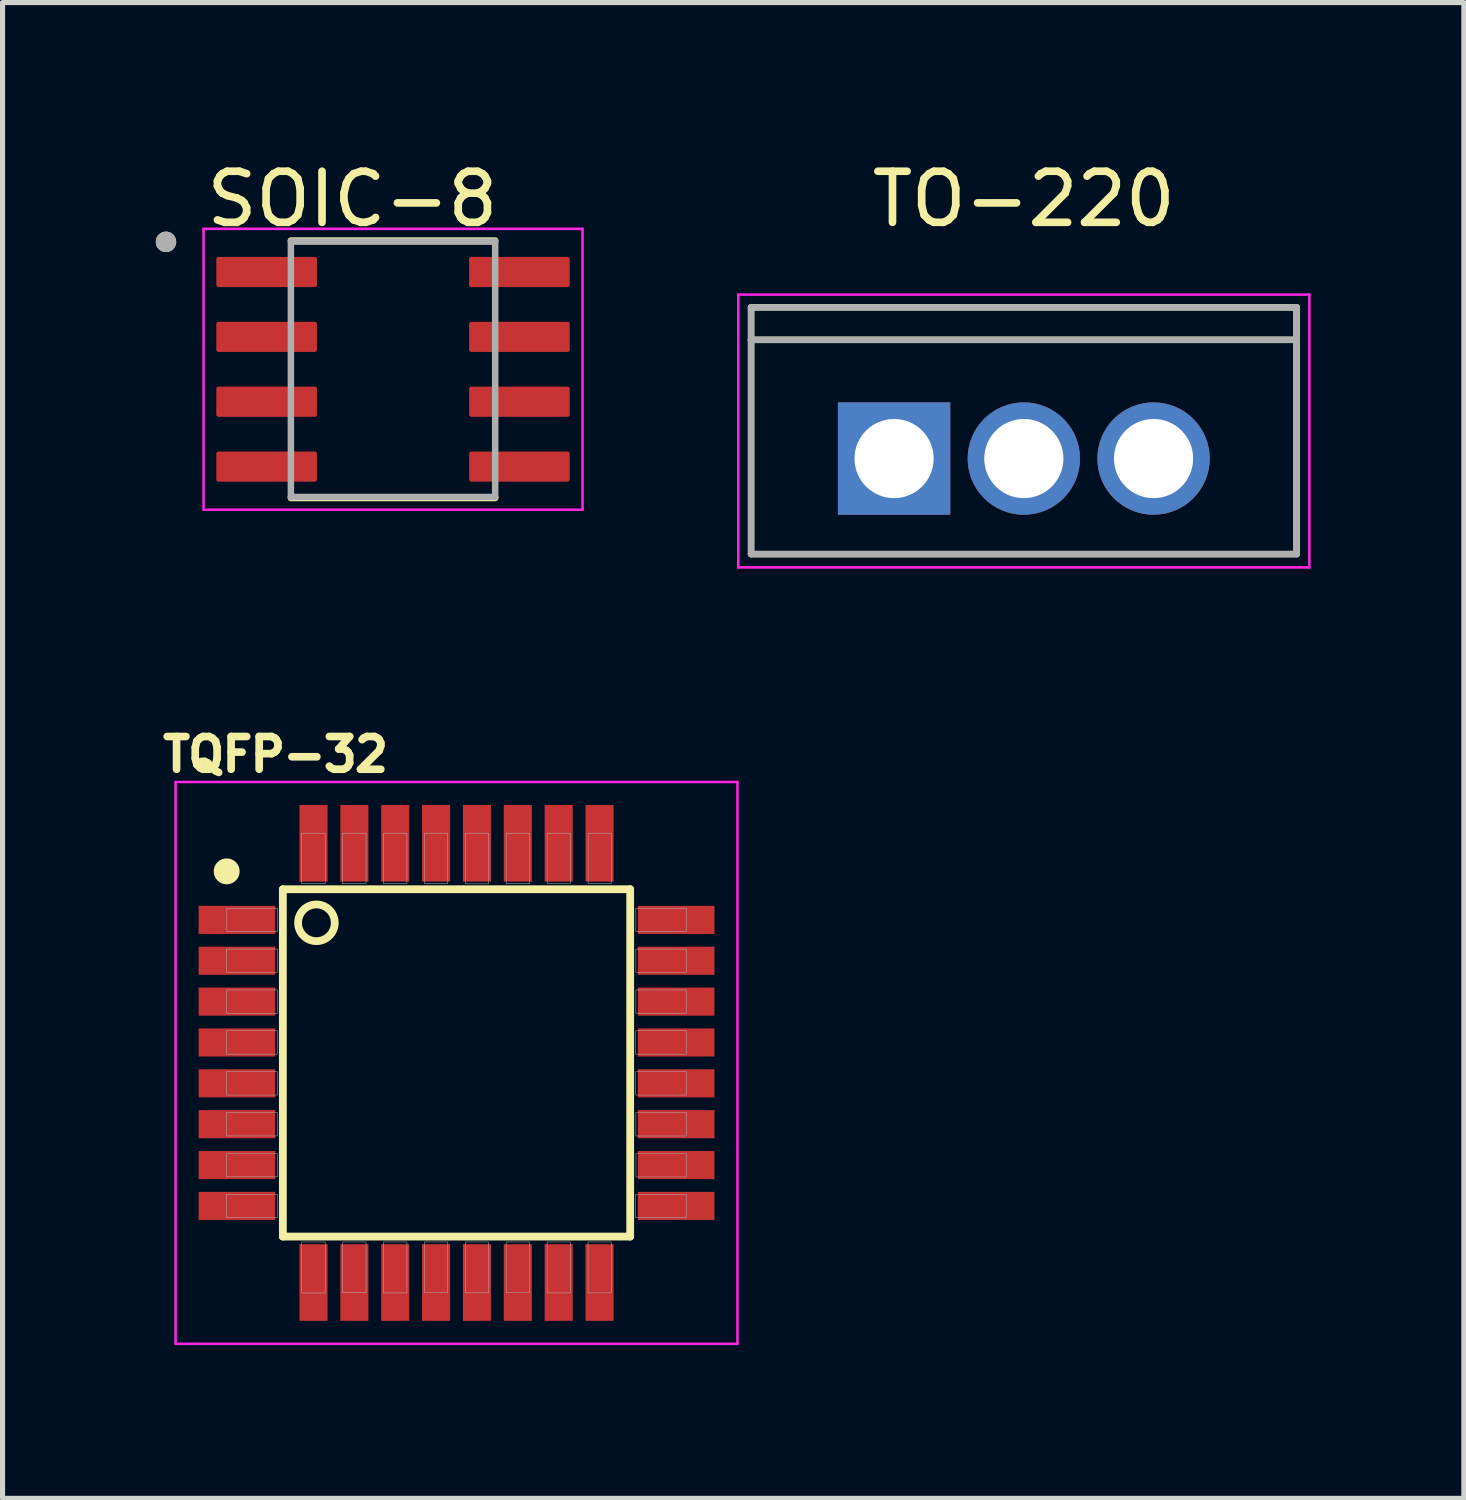
<source format=kicad_pcb>
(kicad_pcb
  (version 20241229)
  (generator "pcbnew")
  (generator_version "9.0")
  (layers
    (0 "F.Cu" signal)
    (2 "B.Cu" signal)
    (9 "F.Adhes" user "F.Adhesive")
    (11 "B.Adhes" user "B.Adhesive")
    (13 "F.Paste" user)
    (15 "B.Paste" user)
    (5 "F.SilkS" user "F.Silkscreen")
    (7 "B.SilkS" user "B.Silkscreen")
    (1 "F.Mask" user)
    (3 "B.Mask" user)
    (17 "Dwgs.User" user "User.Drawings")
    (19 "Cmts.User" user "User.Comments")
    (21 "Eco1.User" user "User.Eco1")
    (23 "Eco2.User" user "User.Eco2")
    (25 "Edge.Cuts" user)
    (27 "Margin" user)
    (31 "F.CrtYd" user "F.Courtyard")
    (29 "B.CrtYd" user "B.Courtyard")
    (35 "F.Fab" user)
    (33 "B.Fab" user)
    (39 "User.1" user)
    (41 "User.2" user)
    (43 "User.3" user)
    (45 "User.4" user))
  (footprint "SOIC-8"
    (layer "F.Cu")
    (at 4.645 4.18)
    (property "Reference" "SOIC-8" (at -0.795 -3.332 0) (layer "F.SilkS") (effects (font (size 1 1) (thickness 0.15))))
    (attr through_hole)
    (fp_line (start -2 -2.52) (end 2 -2.52) (stroke (width 0.127) (type solid)) (layer "F.SilkS"))
    (fp_line (start -2 2.52) (end 2 2.52) (stroke (width 0.127) (type solid)) (layer "F.SilkS"))
    (fp_circle (center -4.445 -2.495) (end -4.345 -2.495) (stroke (width 0.2) (type solid)) (fill no) (layer "F.SilkS"))
    (fp_line (start -3.71 -2.75) (end -3.71 2.75) (stroke (width 0.05) (type solid)) (layer "F.CrtYd"))
    (fp_line (start -3.71 -2.75) (end 3.71 -2.75) (stroke (width 0.05) (type solid)) (layer "F.CrtYd"))
    (fp_line (start -3.71 2.75) (end 3.71 2.75) (stroke (width 0.05) (type solid)) (layer "F.CrtYd"))
    (fp_line (start 3.71 -2.75) (end 3.71 2.75) (stroke (width 0.05) (type solid)) (layer "F.CrtYd"))
    (fp_line (start -2 -2.5) (end -2 2.5) (stroke (width 0.127) (type solid)) (layer "F.Fab"))
    (fp_line (start -2 -2.5) (end 2 -2.5) (stroke (width 0.127) (type solid)) (layer "F.Fab"))
    (fp_line (start -2 2.5) (end 2 2.5) (stroke (width 0.127) (type solid)) (layer "F.Fab"))
    (fp_line (start 2 -2.5) (end 2 2.5) (stroke (width 0.127) (type solid)) (layer "F.Fab"))
    (fp_circle (center -4.445 -2.495) (end -4.345 -2.495) (stroke (width 0.2) (type solid)) (fill no) (layer "F.Fab"))
    (pad "1" smd roundrect (at -2.475 -1.905) (size 1.97 0.59) (layers "F.Cu" "F.Mask" "F.Paste") (roundrect_rratio 0.07))
    (pad "2" smd roundrect (at -2.475 -0.635) (size 1.97 0.59) (layers "F.Cu" "F.Mask" "F.Paste") (roundrect_rratio 0.07))
    (pad "3" smd roundrect (at -2.475 0.635) (size 1.97 0.59) (layers "F.Cu" "F.Mask" "F.Paste") (roundrect_rratio 0.07))
    (pad "4" smd roundrect (at -2.475 1.905) (size 1.97 0.59) (layers "F.Cu" "F.Mask" "F.Paste") (roundrect_rratio 0.07))
    (pad "5" smd roundrect (at 2.475 1.905) (size 1.97 0.59) (layers "F.Cu" "F.Mask" "F.Paste") (roundrect_rratio 0.07))
    (pad "6" smd roundrect (at 2.475 0.635) (size 1.97 0.59) (layers "F.Cu" "F.Mask" "F.Paste") (roundrect_rratio 0.07))
    (pad "7" smd roundrect (at 2.475 -0.635) (size 1.97 0.59) (layers "F.Cu" "F.Mask" "F.Paste") (roundrect_rratio 0.07))
    (pad "8" smd roundrect (at 2.475 -1.905) (size 1.97 0.59) (layers "F.Cu" "F.Mask" "F.Paste") (roundrect_rratio 0.07)))
  (footprint "TO-220"
    (layer "F.Cu")
    (at 16.995 5.928)
    (property "Reference" "TO-220" (at 0 -5.08 0) (layer "F.SilkS") (effects (font (size 1 1) (thickness 0.15))))
    (attr through_hole)
    (fp_line (start -5.34 -2.96) (end 5.34 -2.96) (stroke (width 0.127) (type solid)) (layer "F.SilkS"))
    (fp_line (start -5.34 -2.325) (end -5.34 -2.96) (stroke (width 0.127) (type solid)) (layer "F.SilkS"))
    (fp_line (start -5.34 -2.325) (end 5.34 -2.325) (stroke (width 0.127) (type solid)) (layer "F.SilkS"))
    (fp_line (start -5.34 1.87) (end -5.34 -2.325) (stroke (width 0.127) (type solid)) (layer "F.SilkS"))
    (fp_line (start 5.34 -2.96) (end 5.34 -2.325) (stroke (width 0.127) (type solid)) (layer "F.SilkS"))
    (fp_line (start 5.34 -2.325) (end 5.34 1.87) (stroke (width 0.127) (type solid)) (layer "F.SilkS"))
    (fp_line (start 5.34 1.87) (end -5.34 1.87) (stroke (width 0.127) (type solid)) (layer "F.SilkS"))
    (fp_line (start -5.59 -3.21) (end 5.59 -3.21) (stroke (width 0.05) (type solid)) (layer "F.CrtYd"))
    (fp_line (start -5.59 2.13) (end -5.59 -3.21) (stroke (width 0.05) (type solid)) (layer "F.CrtYd"))
    (fp_line (start 5.59 -3.21) (end 5.59 2.13) (stroke (width 0.05) (type solid)) (layer "F.CrtYd"))
    (fp_line (start 5.59 2.13) (end -5.59 2.13) (stroke (width 0.05) (type solid)) (layer "F.CrtYd"))
    (fp_line (start -5.34 -2.96) (end 5.34 -2.96) (stroke (width 0.127) (type solid)) (layer "F.Fab"))
    (fp_line (start -5.34 -2.325) (end -5.34 -2.96) (stroke (width 0.127) (type solid)) (layer "F.Fab"))
    (fp_line (start -5.34 -2.325) (end 5.34 -2.325) (stroke (width 0.127) (type solid)) (layer "F.Fab"))
    (fp_line (start -5.34 1.87) (end -5.34 -2.325) (stroke (width 0.127) (type solid)) (layer "F.Fab"))
    (fp_line (start 5.34 -2.96) (end 5.34 -2.325) (stroke (width 0.127) (type solid)) (layer "F.Fab"))
    (fp_line (start 5.34 -2.325) (end 5.34 1.87) (stroke (width 0.127) (type solid)) (layer "F.Fab"))
    (fp_line (start 5.34 1.87) (end -5.34 1.87) (stroke (width 0.127) (type solid)) (layer "F.Fab"))
    (pad "1" thru_hole rect (at -2.54 0) (size 2.2 2.2) (drill 1.55) (layers "*.Cu" "*.Mask"))
    (pad "2" thru_hole circle (at 0 0) (size 2.2 2.2) (drill 1.55) (layers "*.Cu" "*.Mask"))
    (pad "3" thru_hole circle (at 2.54 0) (size 2.2 2.2) (drill 1.55) (layers "*.Cu" "*.Mask")))
  (footprint "TQFP-32"
    (layer "F.Cu")
    (at 5.888 17.76)
    (property "Reference" "TQFP-32" (at -3.543 -6.038 0) (layer "F.SilkS") (effects (font (size 0.641 0.641) (thickness 0.15))))
    (attr through_hole)
    (fp_line (start -3.4 -3.4) (end 3.4 -3.4) (stroke (width 0.152) (type solid)) (layer "F.SilkS"))
    (fp_line (start -3.4 3.4) (end -3.4 -3.4) (stroke (width 0.152) (type solid)) (layer "F.SilkS"))
    (fp_line (start 3.4 -3.4) (end 3.4 3.4) (stroke (width 0.152) (type solid)) (layer "F.SilkS"))
    (fp_line (start 3.4 3.4) (end -3.4 3.4) (stroke (width 0.152) (type solid)) (layer "F.SilkS"))
    (fp_circle (center -4.5 -3.75) (end -4.246 -3.75) (stroke (width 0) (type solid)) (fill yes) (layer "F.SilkS"))
    (fp_circle (center -2.743 -2.743) (end -2.384 -2.743) (stroke (width 0.152) (type solid)) (fill no) (layer "F.SilkS"))
    (fp_line (start -5.5 -5.5) (end -5.5 5.5) (stroke (width 0.05) (type solid)) (layer "F.CrtYd"))
    (fp_line (start -5.5 5.5) (end 5.5 5.5) (stroke (width 0.05) (type solid)) (layer "F.CrtYd"))
    (fp_line (start 5.5 -5.5) (end -5.5 -5.5) (stroke (width 0.05) (type solid)) (layer "F.CrtYd"))
    (fp_line (start 5.5 5.5) (end 5.5 -5.5) (stroke (width 0.05) (type solid)) (layer "F.CrtYd"))
    (fp_poly (pts (xy -4.505 -2.229) (xy -3.506 -2.229) (xy -3.506 -1.775) (xy -4.505 -1.775)) (stroke (width 0.01) (type solid)) (fill no) (layer "F.Fab"))
    (fp_poly (pts (xy -4.503 0.171) (xy -3.506 0.171) (xy -3.506 0.629) (xy -4.503 0.629)) (stroke (width 0.01) (type solid)) (fill no) (layer "F.Fab"))
    (fp_poly (pts (xy -4.502 0.971) (xy -3.506 0.971) (xy -3.506 1.43) (xy -4.502 1.43)) (stroke (width 0.01) (type solid)) (fill no) (layer "F.Fab"))
    (fp_poly (pts (xy -4.501 1.771) (xy -3.506 1.771) (xy -3.506 2.231) (xy -4.501 2.231)) (stroke (width 0.01) (type solid)) (fill no) (layer "F.Fab"))
    (fp_poly (pts (xy -4.501 2.571) (xy -3.506 2.571) (xy -3.506 3.032) (xy -4.501 3.032)) (stroke (width 0.01) (type solid)) (fill no) (layer "F.Fab"))
    (fp_poly (pts (xy -4.5 -0.629) (xy -3.506 -0.629) (xy -3.506 -0.172) (xy -4.5 -0.172)) (stroke (width 0.01) (type solid)) (fill no) (layer "F.Fab"))
    (fp_poly (pts (xy -4.5 -1.429) (xy -3.506 -1.429) (xy -3.506 -0.972) (xy -4.5 -0.972)) (stroke (width 0.01) (type solid)) (fill no) (layer "F.Fab"))
    (fp_poly (pts (xy -4.497 -3.029) (xy -3.506 -3.029) (xy -3.506 -2.572) (xy -4.497 -2.572)) (stroke (width 0.01) (type solid)) (fill no) (layer "F.Fab"))
    (fp_poly (pts (xy -3.035 3.506) (xy -2.571 3.506) (xy -2.571 4.505) (xy -3.035 4.505)) (stroke (width 0.01) (type solid)) (fill no) (layer "F.Fab"))
    (fp_poly (pts (xy -3.032 -4.497) (xy -2.571 -4.497) (xy -2.571 -3.509) (xy -3.032 -3.509)) (stroke (width 0.01) (type solid)) (fill no) (layer "F.Fab"))
    (fp_poly (pts (xy -2.233 -4.497) (xy -1.771 -4.497) (xy -1.771 -3.512) (xy -2.233 -3.512)) (stroke (width 0.01) (type solid)) (fill no) (layer "F.Fab"))
    (fp_poly (pts (xy -2.23 3.506) (xy -1.771 3.506) (xy -1.771 4.5) (xy -2.23 4.5)) (stroke (width 0.01) (type solid)) (fill no) (layer "F.Fab"))
    (fp_poly (pts (xy -1.431 3.506) (xy -0.971 3.506) (xy -0.971 4.504) (xy -1.431 4.504)) (stroke (width 0.01) (type solid)) (fill no) (layer "F.Fab"))
    (fp_poly (pts (xy -1.43 -4.497) (xy -0.971 -4.497) (xy -0.971 -3.508) (xy -1.43 -3.508)) (stroke (width 0.01) (type solid)) (fill no) (layer "F.Fab"))
    (fp_poly (pts (xy -0.63 -4.497) (xy -0.171 -4.497) (xy -0.171 -3.513) (xy -0.63 -3.513)) (stroke (width 0.01) (type solid)) (fill no) (layer "F.Fab"))
    (fp_poly (pts (xy -0.629 3.506) (xy -0.171 3.506) (xy -0.171 4.498) (xy -0.629 4.498)) (stroke (width 0.01) (type solid)) (fill no) (layer "F.Fab"))
    (fp_poly (pts (xy 0.171 -4.497) (xy 0.629 -4.497) (xy 0.629 -3.506) (xy 0.171 -3.506)) (stroke (width 0.01) (type solid)) (fill no) (layer "F.Fab"))
    (fp_poly (pts (xy 0.172 3.506) (xy 0.629 3.506) (xy 0.629 4.502) (xy 0.172 4.502)) (stroke (width 0.01) (type solid)) (fill no) (layer "F.Fab"))
    (fp_poly (pts (xy 0.972 3.506) (xy 1.429 3.506) (xy 1.429 4.498) (xy 0.972 4.498)) (stroke (width 0.01) (type solid)) (fill no) (layer "F.Fab"))
    (fp_poly (pts (xy 0.972 -4.497) (xy 1.429 -4.497) (xy 1.429 -3.509) (xy 0.972 -3.509)) (stroke (width 0.01) (type solid)) (fill no) (layer "F.Fab"))
    (fp_poly (pts (xy 1.774 -4.497) (xy 2.229 -4.497) (xy 2.229 -3.511) (xy 1.774 -3.511)) (stroke (width 0.01) (type solid)) (fill no) (layer "F.Fab"))
    (fp_poly (pts (xy 1.774 3.506) (xy 2.229 3.506) (xy 2.229 4.504) (xy 1.774 4.504)) (stroke (width 0.01) (type solid)) (fill no) (layer "F.Fab"))
    (fp_poly (pts (xy 2.575 3.506) (xy 3.029 3.506) (xy 3.029 4.503) (xy 2.575 4.503)) (stroke (width 0.01) (type solid)) (fill no) (layer "F.Fab"))
    (fp_poly (pts (xy 2.576 -4.497) (xy 3.029 -4.497) (xy 3.029 -3.513) (xy 2.576 -3.513)) (stroke (width 0.01) (type solid)) (fill no) (layer "F.Fab"))
    (fp_poly (pts (xy 3.507 2.571) (xy 4.497 2.571) (xy 4.497 3.029) (xy 3.507 3.029)) (stroke (width 0.01) (type solid)) (fill no) (layer "F.Fab"))
    (fp_poly (pts (xy 3.509 -0.629) (xy 4.497 -0.629) (xy 4.497 -0.172) (xy 3.509 -0.172)) (stroke (width 0.01) (type solid)) (fill no) (layer "F.Fab"))
    (fp_poly (pts (xy 3.509 0.171) (xy 4.497 0.171) (xy 4.497 0.629) (xy 3.509 0.629)) (stroke (width 0.01) (type solid)) (fill no) (layer "F.Fab"))
    (fp_poly (pts (xy 3.511 -2.229) (xy 4.497 -2.229) (xy 4.497 -1.774) (xy 3.511 -1.774)) (stroke (width 0.01) (type solid)) (fill no) (layer "F.Fab"))
    (fp_poly (pts (xy 3.511 -1.429) (xy 4.497 -1.429) (xy 4.497 -0.973) (xy 3.511 -0.973)) (stroke (width 0.01) (type solid)) (fill no) (layer "F.Fab"))
    (fp_poly (pts (xy 3.511 0.971) (xy 4.497 0.971) (xy 4.497 1.431) (xy 3.511 1.431)) (stroke (width 0.01) (type solid)) (fill no) (layer "F.Fab"))
    (fp_poly (pts (xy 3.511 -3.029) (xy 4.497 -3.029) (xy 4.497 -2.575) (xy 3.511 -2.575)) (stroke (width 0.01) (type solid)) (fill no) (layer "F.Fab"))
    (fp_poly (pts (xy 3.513 1.771) (xy 4.497 1.771) (xy 4.497 2.233) (xy 3.513 2.233)) (stroke (width 0.01) (type solid)) (fill no) (layer "F.Fab"))
    (pad "1" smd rect (at -4.3 -2.8) (size 1.5 0.55) (layers "F.Cu" "F.Mask" "F.Paste"))
    (pad "2" smd rect (at -4.3 -2) (size 1.5 0.55) (layers "F.Cu" "F.Mask" "F.Paste"))
    (pad "3" smd rect (at -4.3 -1.2) (size 1.5 0.55) (layers "F.Cu" "F.Mask" "F.Paste"))
    (pad "4" smd rect (at -4.3 -0.4) (size 1.5 0.55) (layers "F.Cu" "F.Mask" "F.Paste"))
    (pad "5" smd rect (at -4.3 0.4) (size 1.5 0.55) (layers "F.Cu" "F.Mask" "F.Paste"))
    (pad "6" smd rect (at -4.3 1.2) (size 1.5 0.55) (layers "F.Cu" "F.Mask" "F.Paste"))
    (pad "7" smd rect (at -4.3 2) (size 1.5 0.55) (layers "F.Cu" "F.Mask" "F.Paste"))
    (pad "8" smd rect (at -4.3 2.8) (size 1.5 0.55) (layers "F.Cu" "F.Mask" "F.Paste"))
    (pad "9" smd rect (at -2.8 4.3) (size 0.55 1.5) (layers "F.Cu" "F.Mask" "F.Paste"))
    (pad "10" smd rect (at -2 4.3) (size 0.55 1.5) (layers "F.Cu" "F.Mask" "F.Paste"))
    (pad "11" smd rect (at -1.2 4.3) (size 0.55 1.5) (layers "F.Cu" "F.Mask" "F.Paste"))
    (pad "12" smd rect (at -0.4 4.3) (size 0.55 1.5) (layers "F.Cu" "F.Mask" "F.Paste"))
    (pad "13" smd rect (at 0.4 4.3) (size 0.55 1.5) (layers "F.Cu" "F.Mask" "F.Paste"))
    (pad "14" smd rect (at 1.2 4.3) (size 0.55 1.5) (layers "F.Cu" "F.Mask" "F.Paste"))
    (pad "15" smd rect (at 2 4.3) (size 0.55 1.5) (layers "F.Cu" "F.Mask" "F.Paste"))
    (pad "16" smd rect (at 2.8 4.3) (size 0.55 1.5) (layers "F.Cu" "F.Mask" "F.Paste"))
    (pad "17" smd rect (at 4.3 2.8) (size 1.5 0.55) (layers "F.Cu" "F.Mask" "F.Paste"))
    (pad "18" smd rect (at 4.3 2) (size 1.5 0.55) (layers "F.Cu" "F.Mask" "F.Paste"))
    (pad "19" smd rect (at 4.3 1.2) (size 1.5 0.55) (layers "F.Cu" "F.Mask" "F.Paste"))
    (pad "20" smd rect (at 4.3 0.4) (size 1.5 0.55) (layers "F.Cu" "F.Mask" "F.Paste"))
    (pad "21" smd rect (at 4.3 -0.4) (size 1.5 0.55) (layers "F.Cu" "F.Mask" "F.Paste"))
    (pad "22" smd rect (at 4.3 -1.2) (size 1.5 0.55) (layers "F.Cu" "F.Mask" "F.Paste"))
    (pad "23" smd rect (at 4.3 -2) (size 1.5 0.55) (layers "F.Cu" "F.Mask" "F.Paste"))
    (pad "24" smd rect (at 4.3 -2.8) (size 1.5 0.55) (layers "F.Cu" "F.Mask" "F.Paste"))
    (pad "25" smd rect (at 2.8 -4.3) (size 0.55 1.5) (layers "F.Cu" "F.Mask" "F.Paste"))
    (pad "26" smd rect (at 2 -4.3) (size 0.55 1.5) (layers "F.Cu" "F.Mask" "F.Paste"))
    (pad "27" smd rect (at 1.2 -4.3) (size 0.55 1.5) (layers "F.Cu" "F.Mask" "F.Paste"))
    (pad "28" smd rect (at 0.4 -4.3) (size 0.55 1.5) (layers "F.Cu" "F.Mask" "F.Paste"))
    (pad "29" smd rect (at -0.4 -4.3) (size 0.55 1.5) (layers "F.Cu" "F.Mask" "F.Paste"))
    (pad "30" smd rect (at -1.2 -4.3) (size 0.55 1.5) (layers "F.Cu" "F.Mask" "F.Paste"))
    (pad "31" smd rect (at -2 -4.3) (size 0.55 1.5) (layers "F.Cu" "F.Mask" "F.Paste"))
    (pad "32" smd rect (at -2.8 -4.3) (size 0.55 1.5) (layers "F.Cu" "F.Mask" "F.Paste")))
  (gr_rect
    (start -3 -3)
    (end 25.61 26.285)
    (stroke (width 0.1) (type default))
    (fill no)
    (layer "Edge.Cuts")))
</source>
